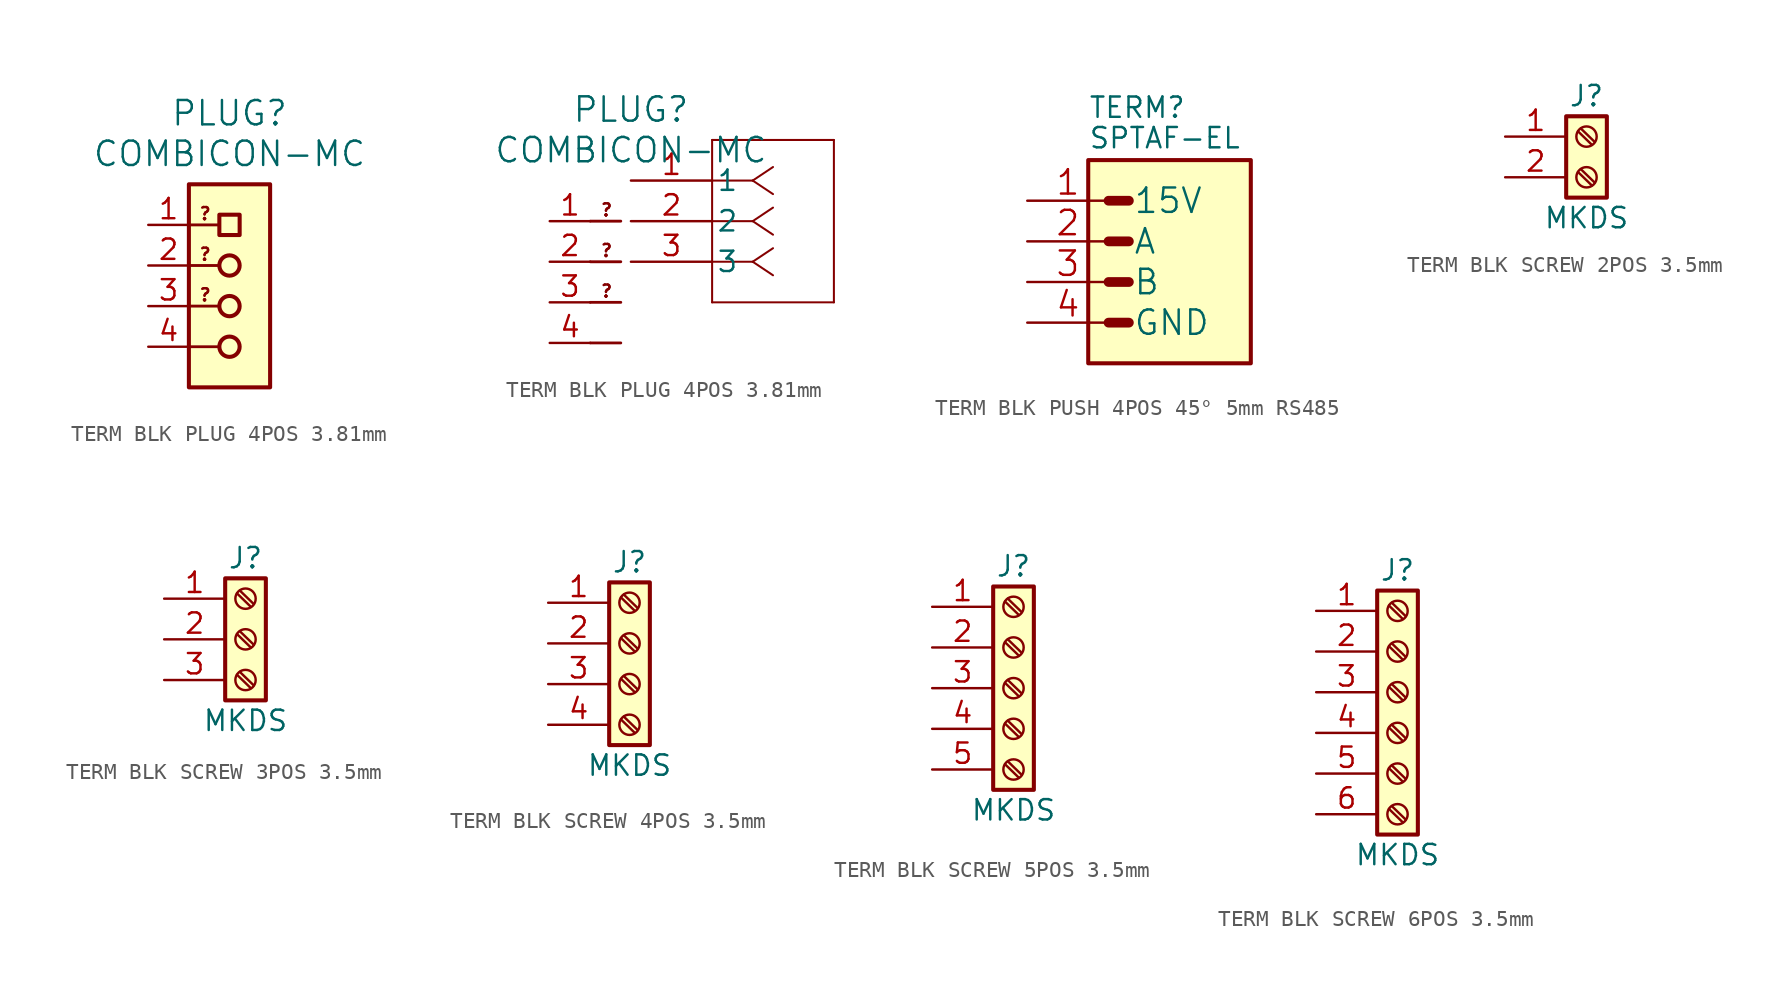
<source format=kicad_sym>
(kicad_symbol_lib
  (version 20241209)
  (generator "kicad_symbol_editor")
  (generator_version "9.0")
  (symbol "TERM BLK PLUG 4POS 3.81mm"
    (pin_names
      (offset 0.254))
    (property "Reference" "PLUG"
      (at 0 4.445 0)
      (effects (font (size 1.524 1.524))))
    (property "Value" "COMBICON-MC"
      (at 0 1.905 0)
      (effects (font (size 1.524 1.524))))
    (symbol "TERM BLK PLUG 4POS 3.81mm_0_1"
      (circle (center 0 -5.08) (radius 0.635) (stroke (width 0.254) (type default)) (fill (type none)))
      (circle (center 0 -7.62) (radius 0.635) (stroke (width 0.254) (type default)) (fill (type none)))
      (circle (center 0 -10.16) (radius 0.635) (stroke (width 0.254) (type default)) (fill (type none)))
      (rectangle (start 0.635 -1.905) (end -0.635 -3.175) (stroke (width 0.254) (type default)) (fill (type none))))
    (symbol "TERM BLK PLUG 4POS 3.81mm_1_0"
      (polyline (pts (xy -2.54 -2.54) (xy -0.635 -2.54)) (stroke (width 0.178) (type solid)) (fill (type none)))
      (polyline (pts (xy -2.54 -5.08) (xy -0.635 -5.08)) (stroke (width 0.178) (type solid)) (fill (type none)))
      (polyline (pts (xy -2.54 -7.62) (xy -0.635 -7.62)) (stroke (width 0.178) (type solid)) (fill (type none)))
      (polyline (pts (xy -2.54 -10.16) (xy -0.635 -10.16)) (stroke (width 0.178) (type solid)) (fill (type none)))
      (text "?" (at -1.524 -2.286 0) (effects (font (size 0.762 0.762)) (justify bottom)))
      (text "?" (at -1.524 -4.826 0) (effects (font (size 0.762 0.762)) (justify bottom)))
      (text "?" (at -1.524 -7.366 0) (effects (font (size 0.762 0.762)) (justify bottom)))
      (pin unspecified line (at -5.08 -2.54 0) (length 2.54) (name "" (effects (font (size 0 0)))) (number "1" (effects (font (size 1.27 1.27)))))
      (pin unspecified line (at -5.08 -5.08 0) (length 2.54) (name "" (effects (font (size 0 0)))) (number "2" (effects (font (size 1.27 1.27)))))
      (pin unspecified line (at -5.08 -7.62 0) (length 2.54) (name "" (effects (font (size 0 0)))) (number "3" (effects (font (size 1.27 1.27)))))
      (pin unspecified line (at -5.08 -10.16 0) (length 2.54) (name "" (effects (font (size 0 0)))) (number "4" (effects (font (size 1.27 1.27))))))
    (symbol "TERM BLK PLUG 4POS 3.81mm_1_1"
      (rectangle (start -2.54 0) (end 2.54 -12.7) (stroke (width 0.254) (type default)) (fill (type background))))
    (symbol "TERM BLK PLUG 4POS 3.81mm_1_2"
      (polyline (pts (xy 5.08 2.54) (xy 5.08 -7.62)) (stroke (width 0.127) (type default)) (fill (type none)))
      (polyline (pts (xy 5.08 -7.62) (xy 12.7 -7.62)) (stroke (width 0.127) (type default)) (fill (type none)))
      (polyline (pts (xy 7.62 0) (xy 5.08 0)) (stroke (width 0.127) (type default)) (fill (type none)))
      (polyline (pts (xy 7.62 0) (xy 8.89 0.847)) (stroke (width 0.127) (type default)) (fill (type none)))
      (polyline (pts (xy 7.62 0) (xy 8.89 -0.847)) (stroke (width 0.127) (type default)) (fill (type none)))
      (polyline (pts (xy 7.62 -2.54) (xy 5.08 -2.54)) (stroke (width 0.127) (type default)) (fill (type none)))
      (polyline (pts (xy 7.62 -2.54) (xy 8.89 -1.693)) (stroke (width 0.127) (type default)) (fill (type none)))
      (polyline (pts (xy 7.62 -2.54) (xy 8.89 -3.387)) (stroke (width 0.127) (type default)) (fill (type none)))
      (polyline (pts (xy 7.62 -5.08) (xy 5.08 -5.08)) (stroke (width 0.127) (type default)) (fill (type none)))
      (polyline (pts (xy 7.62 -5.08) (xy 8.89 -4.233)) (stroke (width 0.127) (type default)) (fill (type none)))
      (polyline (pts (xy 7.62 -5.08) (xy 8.89 -5.927)) (stroke (width 0.127) (type default)) (fill (type none)))
      (polyline (pts (xy 12.7 2.54) (xy 5.08 2.54)) (stroke (width 0.127) (type default)) (fill (type none)))
      (polyline (pts (xy 12.7 -7.62) (xy 12.7 2.54)) (stroke (width 0.127) (type default)) (fill (type none)))
      (pin unspecified line (at 0 0 0) (length 5.08) (name "1" (effects (font (size 1.27 1.27)))) (number "1" (effects (font (size 1.27 1.27)))))
      (pin unspecified line (at 0 -2.54 0) (length 5.08) (name "2" (effects (font (size 1.27 1.27)))) (number "2" (effects (font (size 1.27 1.27)))))
      (pin unspecified line (at 0 -5.08 0) (length 5.08) (name "3" (effects (font (size 1.27 1.27)))) (number "3" (effects (font (size 1.27 1.27)))))))
  (symbol "TERM BLK PUSH 4POS 45° 5mm RS485"
    (pin_names
      (offset 1.524))
    (property "Reference" "TERM"
      (at 0 2.54 0)
      (effects (font (size 1.27 1.27)) (justify left bottom)))
    (property "Value" "SPTAF-EL"
      (at 0 0.635 0)
      (effects (font (size 1.27 1.27)) (justify left bottom)))
    (symbol "TERM BLK PUSH 4POS 45° 5mm RS485_1_0"
      (polyline (pts (xy 1.27 -2.54) (xy 2.54 -2.54)) (stroke (width 0.61) (type solid)) (fill (type none)))
      (polyline (pts (xy 1.27 -5.08) (xy 2.54 -5.08)) (stroke (width 0.61) (type solid)) (fill (type none)))
      (polyline (pts (xy 2.54 -7.62) (xy 1.27 -7.62)) (stroke (width 0.61) (type solid)) (fill (type none)))
      (polyline (pts (xy 2.54 -10.16) (xy 1.27 -10.16)) (stroke (width 0.61) (type solid)) (fill (type none)))
      (pin power_out line (at -3.81 -2.54 0) (length 5.08) (name "15V" (effects (font (size 1.524 1.524)))) (number "1" (effects (font (size 1.524 1.524)))))
      (pin passive line (at -3.81 -5.08 0) (length 5.08) (name "A" (effects (font (size 1.524 1.524)))) (number "2" (effects (font (size 1.524 1.524)))))
      (pin passive line (at -3.81 -7.62 0) (length 5.08) (name "B" (effects (font (size 1.524 1.524)))) (number "3" (effects (font (size 1.524 1.524)))))
      (pin power_out line (at -3.81 -10.16 0) (length 5.08) (name "GND" (effects (font (size 1.524 1.524)))) (number "4" (effects (font (size 1.524 1.524))))))
    (symbol "TERM BLK PUSH 4POS 45° 5mm RS485_1_1"
      (rectangle (start 0 0) (end 10.16 -12.7) (stroke (width 0.254) (type default)) (fill (type background)))))
  (symbol "TERM BLK SCREW 2POS 3.5mm"
    (pin_names
      (offset 1.016)
      (hide yes))
    (property "Reference" "J"
      (at 0 2.54 0)
      (effects (font (size 1.27 1.27))))
    (property "Value" "MKDS"
      (at 0 -5.08 0)
      (effects (font (size 1.27 1.27))))
    (symbol "TERM BLK SCREW 2POS 3.5mm_1_1"
      (rectangle (start -1.27 1.27) (end 1.27 -3.81) (stroke (width 0.254) (type default)) (fill (type background)))
      (polyline (pts (xy -0.533 0.33) (xy 0.33 -0.508)) (stroke (width 0.152) (type default)) (fill (type none)))
      (polyline (pts (xy -0.533 -2.21) (xy 0.33 -3.048)) (stroke (width 0.152) (type default)) (fill (type none)))
      (polyline (pts (xy -0.356 0.508) (xy 0.508 -0.33)) (stroke (width 0.152) (type default)) (fill (type none)))
      (polyline (pts (xy -0.356 -2.032) (xy 0.508 -2.87)) (stroke (width 0.152) (type default)) (fill (type none)))
      (circle (center 0 0) (radius 0.635) (stroke (width 0.152) (type default)) (fill (type none)))
      (circle (center 0 -2.54) (radius 0.635) (stroke (width 0.152) (type default)) (fill (type none)))
      (pin passive line (at -5.08 0 0) (length 3.81) (name "Pin_1" (effects (font (size 1.27 1.27)))) (number "1" (effects (font (size 1.27 1.27)))))
      (pin passive line (at -5.08 -2.54 0) (length 3.81) (name "Pin_2" (effects (font (size 1.27 1.27)))) (number "2" (effects (font (size 1.27 1.27)))))))
  (symbol "TERM BLK SCREW 3POS 3.5mm"
    (pin_names
      (offset 1.016)
      (hide yes))
    (property "Reference" "J"
      (at 0 5.08 0)
      (effects (font (size 1.27 1.27))))
    (property "Value" "MKDS"
      (at 0 -5.08 0)
      (effects (font (size 1.27 1.27))))
    (symbol "TERM BLK SCREW 3POS 3.5mm_1_1"
      (rectangle (start -1.27 3.81) (end 1.27 -3.81) (stroke (width 0.254) (type default)) (fill (type background)))
      (polyline (pts (xy -0.533 2.87) (xy 0.33 2.032)) (stroke (width 0.152) (type default)) (fill (type none)))
      (polyline (pts (xy -0.533 0.33) (xy 0.33 -0.508)) (stroke (width 0.152) (type default)) (fill (type none)))
      (polyline (pts (xy -0.533 -2.21) (xy 0.33 -3.048)) (stroke (width 0.152) (type default)) (fill (type none)))
      (polyline (pts (xy -0.356 3.048) (xy 0.508 2.21)) (stroke (width 0.152) (type default)) (fill (type none)))
      (polyline (pts (xy -0.356 0.508) (xy 0.508 -0.33)) (stroke (width 0.152) (type default)) (fill (type none)))
      (polyline (pts (xy -0.356 -2.032) (xy 0.508 -2.87)) (stroke (width 0.152) (type default)) (fill (type none)))
      (circle (center 0 2.54) (radius 0.635) (stroke (width 0.152) (type default)) (fill (type none)))
      (circle (center 0 0) (radius 0.635) (stroke (width 0.152) (type default)) (fill (type none)))
      (circle (center 0 -2.54) (radius 0.635) (stroke (width 0.152) (type default)) (fill (type none)))
      (pin passive line (at -5.08 2.54 0) (length 3.81) (name "Pin_1" (effects (font (size 1.27 1.27)))) (number "1" (effects (font (size 1.27 1.27)))))
      (pin passive line (at -5.08 0 0) (length 3.81) (name "Pin_2" (effects (font (size 1.27 1.27)))) (number "2" (effects (font (size 1.27 1.27)))))
      (pin passive line (at -5.08 -2.54 0) (length 3.81) (name "Pin_3" (effects (font (size 1.27 1.27)))) (number "3" (effects (font (size 1.27 1.27)))))))
  (symbol "TERM BLK SCREW 4POS 3.5mm"
    (pin_names
      (offset 1.016)
      (hide yes))
    (property "Reference" "J"
      (at 0 5.08 0)
      (effects (font (size 1.27 1.27))))
    (property "Value" "MKDS"
      (at 0 -7.62 0)
      (effects (font (size 1.27 1.27))))
    (symbol "TERM BLK SCREW 4POS 3.5mm_1_1"
      (rectangle (start -1.27 3.81) (end 1.27 -6.35) (stroke (width 0.254) (type default)) (fill (type background)))
      (polyline (pts (xy -0.533 2.87) (xy 0.33 2.032)) (stroke (width 0.152) (type default)) (fill (type none)))
      (polyline (pts (xy -0.533 0.33) (xy 0.33 -0.508)) (stroke (width 0.152) (type default)) (fill (type none)))
      (polyline (pts (xy -0.533 -2.21) (xy 0.33 -3.048)) (stroke (width 0.152) (type default)) (fill (type none)))
      (polyline (pts (xy -0.533 -4.75) (xy 0.33 -5.588)) (stroke (width 0.152) (type default)) (fill (type none)))
      (polyline (pts (xy -0.356 3.048) (xy 0.508 2.21)) (stroke (width 0.152) (type default)) (fill (type none)))
      (polyline (pts (xy -0.356 0.508) (xy 0.508 -0.33)) (stroke (width 0.152) (type default)) (fill (type none)))
      (polyline (pts (xy -0.356 -2.032) (xy 0.508 -2.87)) (stroke (width 0.152) (type default)) (fill (type none)))
      (polyline (pts (xy -0.356 -4.572) (xy 0.508 -5.41)) (stroke (width 0.152) (type default)) (fill (type none)))
      (circle (center 0 2.54) (radius 0.635) (stroke (width 0.152) (type default)) (fill (type none)))
      (circle (center 0 0) (radius 0.635) (stroke (width 0.152) (type default)) (fill (type none)))
      (circle (center 0 -2.54) (radius 0.635) (stroke (width 0.152) (type default)) (fill (type none)))
      (circle (center 0 -5.08) (radius 0.635) (stroke (width 0.152) (type default)) (fill (type none)))
      (pin passive line (at -5.08 2.54 0) (length 3.81) (name "Pin_1" (effects (font (size 1.27 1.27)))) (number "1" (effects (font (size 1.27 1.27)))))
      (pin passive line (at -5.08 0 0) (length 3.81) (name "Pin_2" (effects (font (size 1.27 1.27)))) (number "2" (effects (font (size 1.27 1.27)))))
      (pin passive line (at -5.08 -2.54 0) (length 3.81) (name "Pin_3" (effects (font (size 1.27 1.27)))) (number "3" (effects (font (size 1.27 1.27)))))
      (pin passive line (at -5.08 -5.08 0) (length 3.81) (name "Pin_4" (effects (font (size 1.27 1.27)))) (number "4" (effects (font (size 1.27 1.27)))))))
  (symbol "TERM BLK SCREW 5POS 3.5mm"
    (pin_names
      (offset 1.016)
      (hide yes))
    (property "Reference" "J"
      (at 0 7.62 0)
      (effects (font (size 1.27 1.27))))
    (property "Value" "MKDS"
      (at 0 -7.62 0)
      (effects (font (size 1.27 1.27))))
    (symbol "TERM BLK SCREW 5POS 3.5mm_1_1"
      (rectangle (start -1.27 6.35) (end 1.27 -6.35) (stroke (width 0.254) (type default)) (fill (type background)))
      (polyline (pts (xy -0.533 5.41) (xy 0.33 4.572)) (stroke (width 0.152) (type default)) (fill (type none)))
      (polyline (pts (xy -0.533 2.87) (xy 0.33 2.032)) (stroke (width 0.152) (type default)) (fill (type none)))
      (polyline (pts (xy -0.533 0.33) (xy 0.33 -0.508)) (stroke (width 0.152) (type default)) (fill (type none)))
      (polyline (pts (xy -0.533 -2.21) (xy 0.33 -3.048)) (stroke (width 0.152) (type default)) (fill (type none)))
      (polyline (pts (xy -0.533 -4.75) (xy 0.33 -5.588)) (stroke (width 0.152) (type default)) (fill (type none)))
      (polyline (pts (xy -0.356 5.588) (xy 0.508 4.75)) (stroke (width 0.152) (type default)) (fill (type none)))
      (polyline (pts (xy -0.356 3.048) (xy 0.508 2.21)) (stroke (width 0.152) (type default)) (fill (type none)))
      (polyline (pts (xy -0.356 0.508) (xy 0.508 -0.33)) (stroke (width 0.152) (type default)) (fill (type none)))
      (polyline (pts (xy -0.356 -2.032) (xy 0.508 -2.87)) (stroke (width 0.152) (type default)) (fill (type none)))
      (polyline (pts (xy -0.356 -4.572) (xy 0.508 -5.41)) (stroke (width 0.152) (type default)) (fill (type none)))
      (circle (center 0 5.08) (radius 0.635) (stroke (width 0.152) (type default)) (fill (type none)))
      (circle (center 0 2.54) (radius 0.635) (stroke (width 0.152) (type default)) (fill (type none)))
      (circle (center 0 0) (radius 0.635) (stroke (width 0.152) (type default)) (fill (type none)))
      (circle (center 0 -2.54) (radius 0.635) (stroke (width 0.152) (type default)) (fill (type none)))
      (circle (center 0 -5.08) (radius 0.635) (stroke (width 0.152) (type default)) (fill (type none)))
      (pin passive line (at -5.08 5.08 0) (length 3.81) (name "Pin_1" (effects (font (size 1.27 1.27)))) (number "1" (effects (font (size 1.27 1.27)))))
      (pin passive line (at -5.08 2.54 0) (length 3.81) (name "Pin_2" (effects (font (size 1.27 1.27)))) (number "2" (effects (font (size 1.27 1.27)))))
      (pin passive line (at -5.08 0 0) (length 3.81) (name "Pin_3" (effects (font (size 1.27 1.27)))) (number "3" (effects (font (size 1.27 1.27)))))
      (pin passive line (at -5.08 -2.54 0) (length 3.81) (name "Pin_4" (effects (font (size 1.27 1.27)))) (number "4" (effects (font (size 1.27 1.27)))))
      (pin passive line (at -5.08 -5.08 0) (length 3.81) (name "Pin_5" (effects (font (size 1.27 1.27)))) (number "5" (effects (font (size 1.27 1.27)))))))
  (symbol "TERM BLK SCREW 6POS 3.5mm"
    (pin_names
      (offset 1.016)
      (hide yes))
    (property "Reference" "J"
      (at 0 7.62 0)
      (effects (font (size 1.27 1.27))))
    (property "Value" "MKDS"
      (at 0 -10.16 0)
      (effects (font (size 1.27 1.27))))
    (symbol "TERM BLK SCREW 6POS 3.5mm_1_1"
      (rectangle (start -1.27 6.35) (end 1.27 -8.89) (stroke (width 0.254) (type default)) (fill (type background)))
      (polyline (pts (xy -0.533 5.41) (xy 0.33 4.572)) (stroke (width 0.152) (type default)) (fill (type none)))
      (polyline (pts (xy -0.533 2.87) (xy 0.33 2.032)) (stroke (width 0.152) (type default)) (fill (type none)))
      (polyline (pts (xy -0.533 0.33) (xy 0.33 -0.508)) (stroke (width 0.152) (type default)) (fill (type none)))
      (polyline (pts (xy -0.533 -2.21) (xy 0.33 -3.048)) (stroke (width 0.152) (type default)) (fill (type none)))
      (polyline (pts (xy -0.533 -4.75) (xy 0.33 -5.588)) (stroke (width 0.152) (type default)) (fill (type none)))
      (polyline (pts (xy -0.533 -7.29) (xy 0.33 -8.128)) (stroke (width 0.152) (type default)) (fill (type none)))
      (polyline (pts (xy -0.356 5.588) (xy 0.508 4.75)) (stroke (width 0.152) (type default)) (fill (type none)))
      (polyline (pts (xy -0.356 3.048) (xy 0.508 2.21)) (stroke (width 0.152) (type default)) (fill (type none)))
      (polyline (pts (xy -0.356 0.508) (xy 0.508 -0.33)) (stroke (width 0.152) (type default)) (fill (type none)))
      (polyline (pts (xy -0.356 -2.032) (xy 0.508 -2.87)) (stroke (width 0.152) (type default)) (fill (type none)))
      (polyline (pts (xy -0.356 -4.572) (xy 0.508 -5.41)) (stroke (width 0.152) (type default)) (fill (type none)))
      (polyline (pts (xy -0.356 -7.112) (xy 0.508 -7.95)) (stroke (width 0.152) (type default)) (fill (type none)))
      (circle (center 0 5.08) (radius 0.635) (stroke (width 0.152) (type default)) (fill (type none)))
      (circle (center 0 2.54) (radius 0.635) (stroke (width 0.152) (type default)) (fill (type none)))
      (circle (center 0 0) (radius 0.635) (stroke (width 0.152) (type default)) (fill (type none)))
      (circle (center 0 -2.54) (radius 0.635) (stroke (width 0.152) (type default)) (fill (type none)))
      (circle (center 0 -5.08) (radius 0.635) (stroke (width 0.152) (type default)) (fill (type none)))
      (circle (center 0 -7.62) (radius 0.635) (stroke (width 0.152) (type default)) (fill (type none)))
      (pin passive line (at -5.08 5.08 0) (length 3.81) (name "Pin_1" (effects (font (size 1.27 1.27)))) (number "1" (effects (font (size 1.27 1.27)))))
      (pin passive line (at -5.08 2.54 0) (length 3.81) (name "Pin_2" (effects (font (size 1.27 1.27)))) (number "2" (effects (font (size 1.27 1.27)))))
      (pin passive line (at -5.08 0 0) (length 3.81) (name "Pin_3" (effects (font (size 1.27 1.27)))) (number "3" (effects (font (size 1.27 1.27)))))
      (pin passive line (at -5.08 -2.54 0) (length 3.81) (name "Pin_4" (effects (font (size 1.27 1.27)))) (number "4" (effects (font (size 1.27 1.27)))))
      (pin passive line (at -5.08 -5.08 0) (length 3.81) (name "Pin_5" (effects (font (size 1.27 1.27)))) (number "5" (effects (font (size 1.27 1.27)))))
      (pin passive line (at -5.08 -7.62 0) (length 3.81) (name "Pin_6" (effects (font (size 1.27 1.27)))) (number "6" (effects (font (size 1.27 1.27))))))))
</source>
